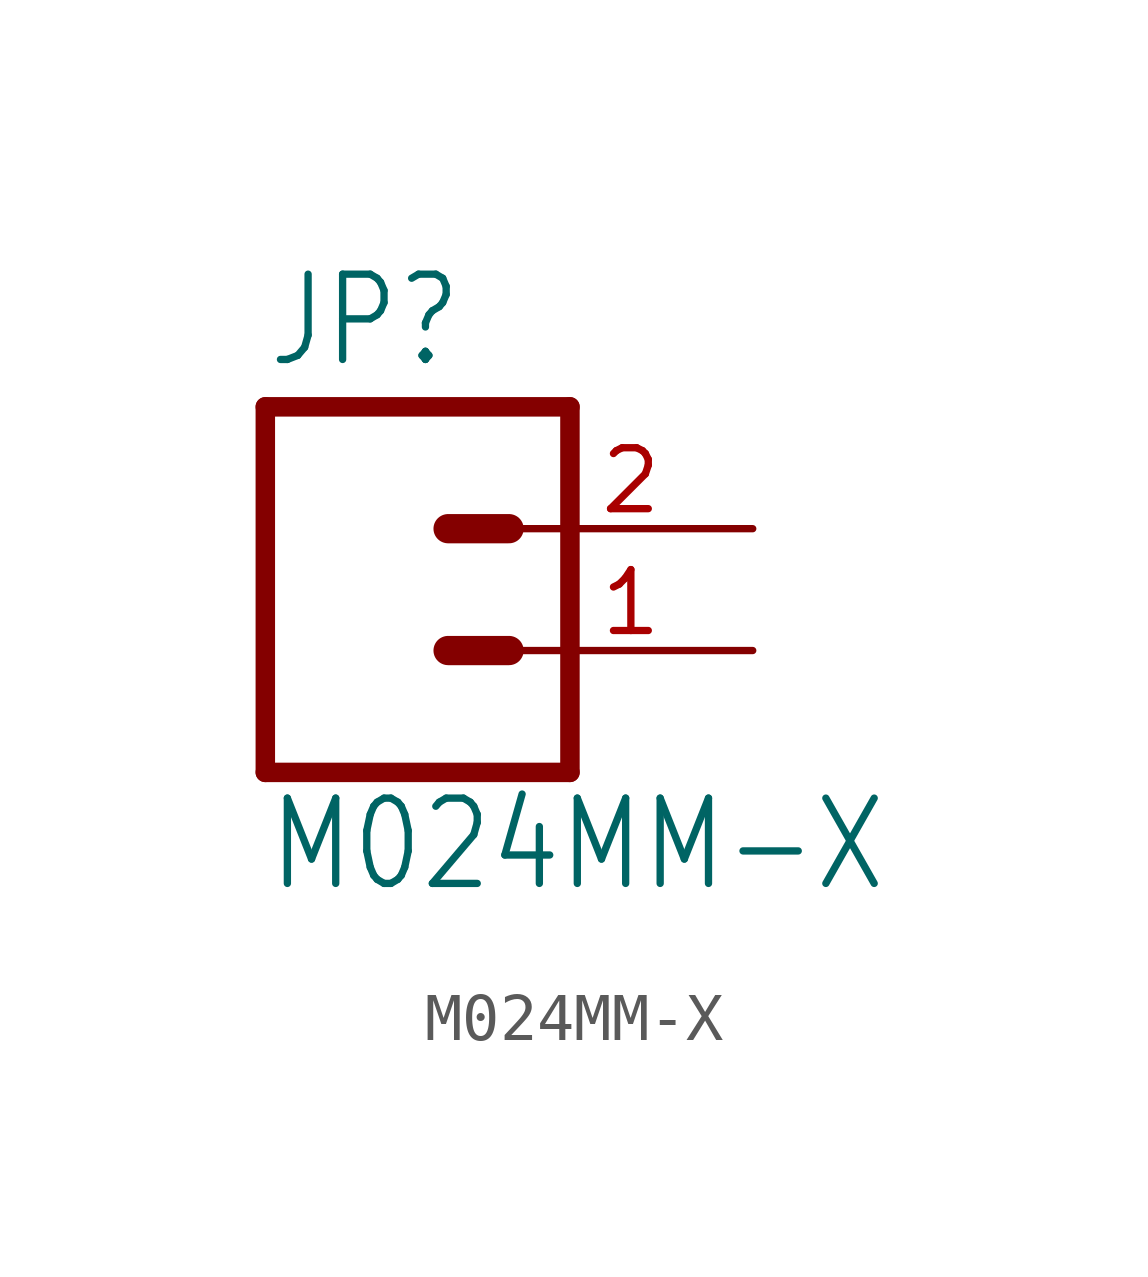
<source format=kicad_sym>
(kicad_symbol_lib
  (version 20211014)
  (generator kicad_symbol_editor)
  (symbol "M024MM-X"
    (property "Reference" "JP"
      (at -2.54 5.842 0)
      (effects (font (size 1.778 1.511)) (justify left bottom)))
    (property "Value" "M024MM-X"
      (at -2.54 -5.08 0)
      (effects (font (size 1.778 1.511)) (justify left bottom)))
    (property "ki_locked" ""
      (at 0 0 0)
      (effects (font (size 1.27 1.27))))
    (symbol "M024MM-X_1_0"
      (polyline (pts (xy -2.54 5.08) (xy -2.54 -2.54)) (stroke (width 0.406) (type default) (color 0 0 0 0)) (fill (type none)))
      (polyline (pts (xy -2.54 5.08) (xy 3.81 5.08)) (stroke (width 0.406) (type default) (color 0 0 0 0)) (fill (type none)))
      (polyline (pts (xy 1.27 0) (xy 2.54 0)) (stroke (width 0.61) (type default) (color 0 0 0 0)) (fill (type none)))
      (polyline (pts (xy 1.27 2.54) (xy 2.54 2.54)) (stroke (width 0.61) (type default) (color 0 0 0 0)) (fill (type none)))
      (polyline (pts (xy 3.81 -2.54) (xy -2.54 -2.54)) (stroke (width 0.406) (type default) (color 0 0 0 0)) (fill (type none)))
      (polyline (pts (xy 3.81 -2.54) (xy 3.81 5.08)) (stroke (width 0.406) (type default) (color 0 0 0 0)) (fill (type none)))
      (pin passive line (at 7.62 0 180) (length 5.08) (name "1" (effects (font (size 0 0)))) (number "1" (effects (font (size 1.27 1.27)))))
      (pin passive line (at 7.62 2.54 180) (length 5.08) (name "2" (effects (font (size 0 0)))) (number "2" (effects (font (size 1.27 1.27))))))))
</source>
